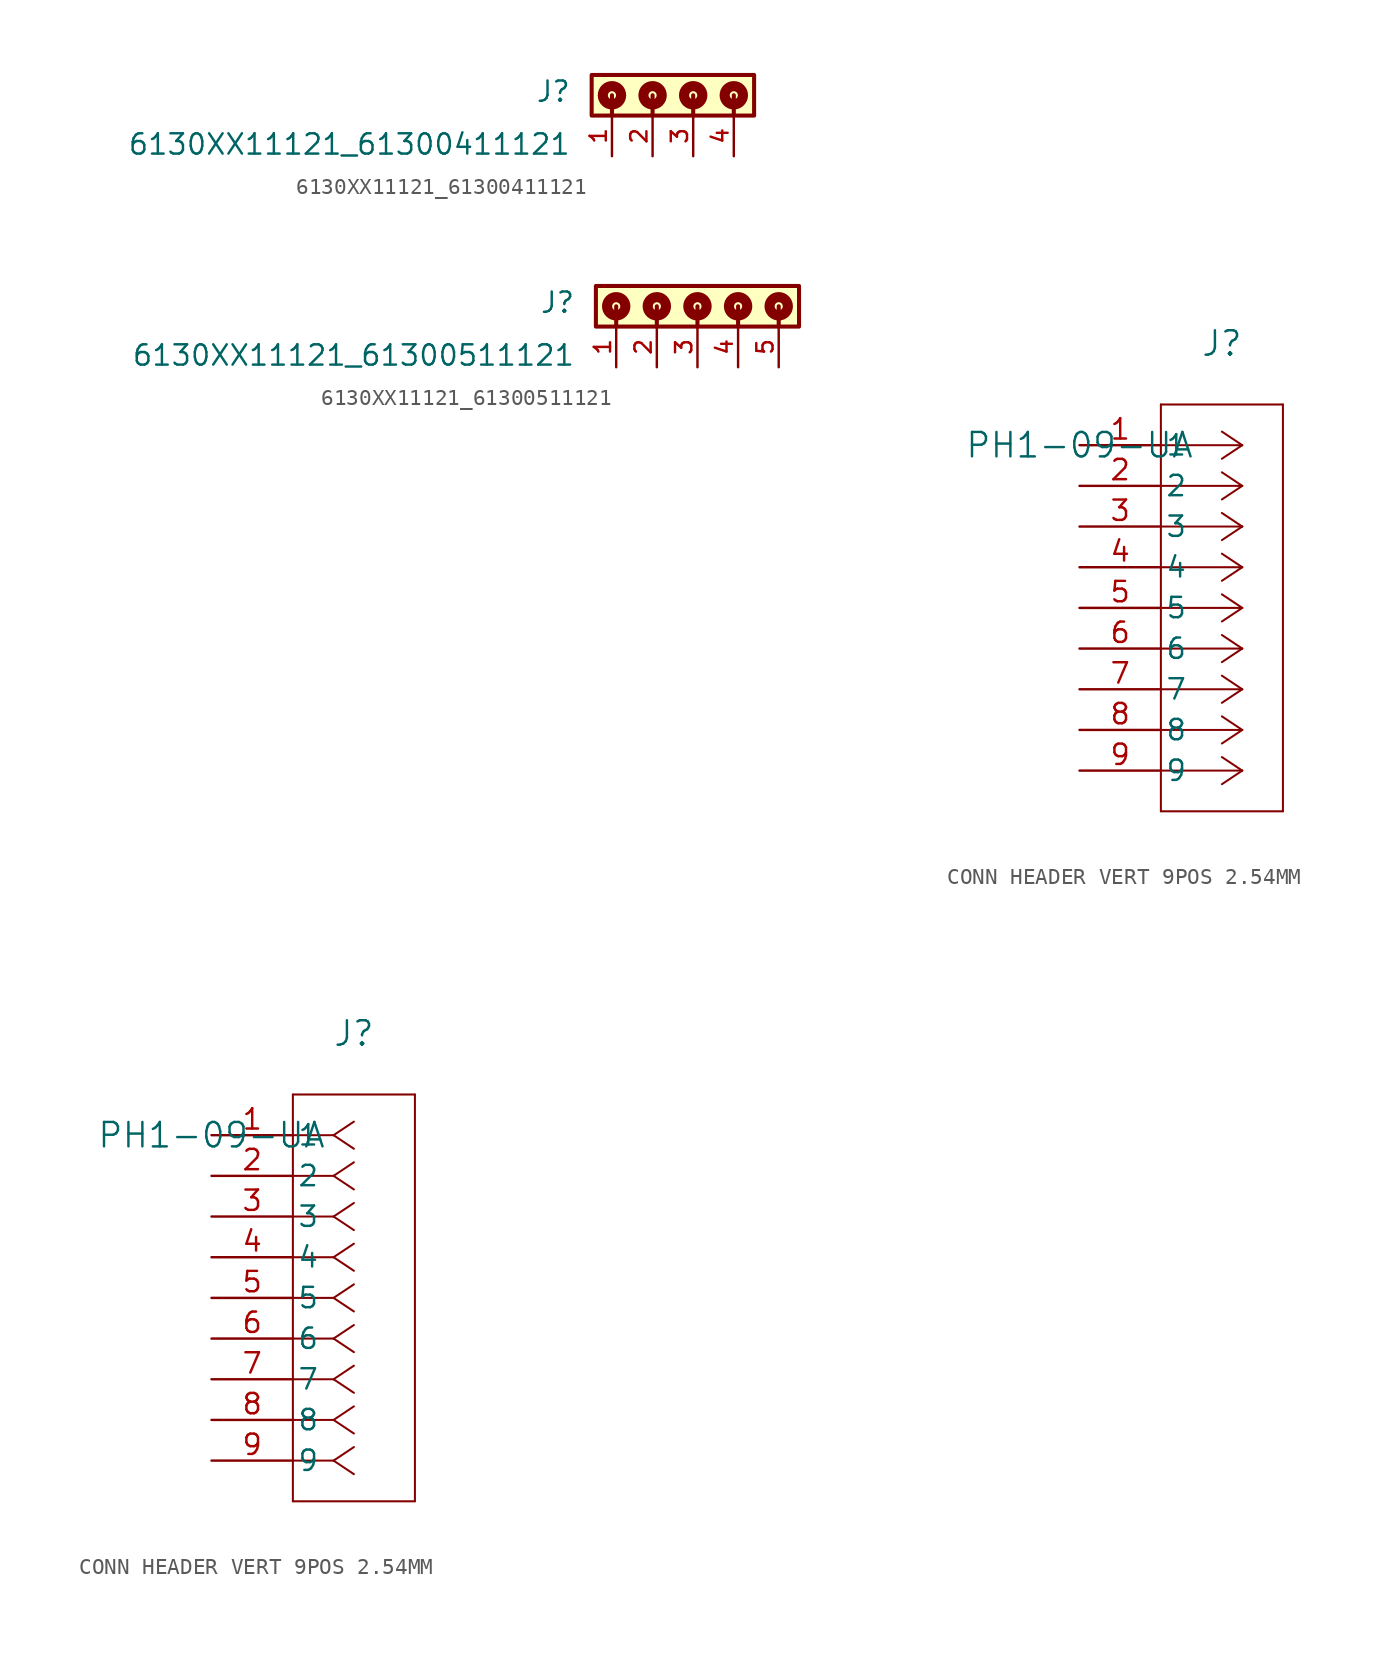
<source format=kicad_sym>
(kicad_symbol_lib
  (version 20241209)
  (generator "kicad_symbol_editor")
  (generator_version "9.0")
  (symbol "6130XX11121_61300411121"
    (pin_names
      (offset 1.016))
    (property "Reference" "J"
      (at -7.62 -1.778 0)
      (effects (font (size 1.27 1.27)) (justify right bottom)))
    (property "Value" "6130XX11121_61300411121"
      (at -7.62 -5.08 0)
      (effects (font (size 1.27 1.27)) (justify right bottom)))
    (symbol "6130XX11121_61300411121_0_0"
      (rectangle (start -6.35 -2.54) (end 3.81 0) (stroke (width 0.254) (type default)) (fill (type background)))
      (circle (center -5.08 -1.27) (radius 0.254) (stroke (width 0.635) (type default)) (fill (type none)))
      (polyline (pts (xy -5.08 -1.27) (xy -5.08 -2.54)) (stroke (width 0.254) (type default)) (fill (type none)))
      (circle (center -2.54 -1.27) (radius 0.254) (stroke (width 0.635) (type default)) (fill (type none)))
      (polyline (pts (xy -2.54 -1.27) (xy -2.54 -2.54)) (stroke (width 0.254) (type default)) (fill (type none)))
      (polyline (pts (xy 0 -1.27) (xy 0 -2.54)) (stroke (width 0.254) (type default)) (fill (type none)))
      (circle (center 0 -1.27) (radius 0.254) (stroke (width 0.635) (type default)) (fill (type none)))
      (polyline (pts (xy 2.54 -1.27) (xy 2.54 -2.54)) (stroke (width 0.254) (type default)) (fill (type none)))
      (circle (center 2.54 -1.27) (radius 0.254) (stroke (width 0.635) (type default)) (fill (type none)))
      (pin passive line (at -5.08 -5.08 90) (length 2.54) (name "~" (effects (font (size 1.016 1.016)))) (number "1" (effects (font (size 1.016 1.016)))))
      (pin passive line (at -2.54 -5.08 90) (length 2.54) (name "~" (effects (font (size 1.016 1.016)))) (number "2" (effects (font (size 1.016 1.016)))))
      (pin passive line (at 0 -5.08 90) (length 2.54) (name "~" (effects (font (size 1.016 1.016)))) (number "3" (effects (font (size 1.016 1.016)))))
      (pin passive line (at 2.54 -5.08 90) (length 2.54) (name "~" (effects (font (size 1.016 1.016)))) (number "4" (effects (font (size 1.016 1.016)))))))
  (symbol "6130XX11121_61300511121"
    (pin_names
      (offset 1.016))
    (property "Reference" "J"
      (at -7.62 -1.778 0)
      (effects (font (size 1.27 1.27)) (justify right bottom)))
    (property "Value" "6130XX11121_61300511121"
      (at -7.62 -5.08 0)
      (effects (font (size 1.27 1.27)) (justify right bottom)))
    (symbol "6130XX11121_61300511121_0_0"
      (rectangle (start -6.35 -2.54) (end 6.35 0) (stroke (width 0.254) (type default)) (fill (type background)))
      (circle (center -5.08 -1.27) (radius 0.254) (stroke (width 0.635) (type default)) (fill (type none)))
      (polyline (pts (xy -5.08 -1.27) (xy -5.08 -2.54)) (stroke (width 0.254) (type default)) (fill (type none)))
      (circle (center -2.54 -1.27) (radius 0.254) (stroke (width 0.635) (type default)) (fill (type none)))
      (polyline (pts (xy -2.54 -1.27) (xy -2.54 -2.54)) (stroke (width 0.254) (type default)) (fill (type none)))
      (polyline (pts (xy 0 -1.27) (xy 0 -2.54)) (stroke (width 0.254) (type default)) (fill (type none)))
      (circle (center 0 -1.27) (radius 0.254) (stroke (width 0.635) (type default)) (fill (type none)))
      (polyline (pts (xy 2.54 -1.27) (xy 2.54 -2.54)) (stroke (width 0.254) (type default)) (fill (type none)))
      (circle (center 2.54 -1.27) (radius 0.254) (stroke (width 0.635) (type default)) (fill (type none)))
      (polyline (pts (xy 5.08 -1.27) (xy 5.08 -2.54)) (stroke (width 0.254) (type default)) (fill (type none)))
      (circle (center 5.08 -1.27) (radius 0.254) (stroke (width 0.635) (type default)) (fill (type none)))
      (pin passive line (at -5.08 -5.08 90) (length 2.54) (name "~" (effects (font (size 1.016 1.016)))) (number "1" (effects (font (size 1.016 1.016)))))
      (pin passive line (at -2.54 -5.08 90) (length 2.54) (name "~" (effects (font (size 1.016 1.016)))) (number "2" (effects (font (size 1.016 1.016)))))
      (pin passive line (at 0 -5.08 90) (length 2.54) (name "~" (effects (font (size 1.016 1.016)))) (number "3" (effects (font (size 1.016 1.016)))))
      (pin passive line (at 2.54 -5.08 90) (length 2.54) (name "~" (effects (font (size 1.016 1.016)))) (number "4" (effects (font (size 1.016 1.016)))))
      (pin passive line (at 5.08 -5.08 90) (length 2.54) (name "~" (effects (font (size 1.016 1.016)))) (number "5" (effects (font (size 1.016 1.016)))))))
  (symbol "CONN HEADER VERT 9POS 2.54MM"
    (pin_names
      (offset 0.254))
    (property "Reference" "J"
      (at 8.89 6.35 0)
      (effects (font (size 1.524 1.524))))
    (property "Value" "PH1-09-UA"
      (at 0 0 0)
      (effects (font (size 1.524 1.524))))
    (symbol "CONN HEADER VERT 9POS 2.54MM_1_1"
      (polyline (pts (xy 5.08 2.54) (xy 5.08 -22.86)) (stroke (width 0.127) (type default)) (fill (type none)))
      (polyline (pts (xy 5.08 -22.86) (xy 12.7 -22.86)) (stroke (width 0.127) (type default)) (fill (type none)))
      (polyline (pts (xy 10.16 0) (xy 5.08 0)) (stroke (width 0.127) (type default)) (fill (type none)))
      (polyline (pts (xy 10.16 0) (xy 8.89 0.847)) (stroke (width 0.127) (type default)) (fill (type none)))
      (polyline (pts (xy 10.16 0) (xy 8.89 -0.847)) (stroke (width 0.127) (type default)) (fill (type none)))
      (polyline (pts (xy 10.16 -2.54) (xy 5.08 -2.54)) (stroke (width 0.127) (type default)) (fill (type none)))
      (polyline (pts (xy 10.16 -2.54) (xy 8.89 -1.693)) (stroke (width 0.127) (type default)) (fill (type none)))
      (polyline (pts (xy 10.16 -2.54) (xy 8.89 -3.387)) (stroke (width 0.127) (type default)) (fill (type none)))
      (polyline (pts (xy 10.16 -5.08) (xy 5.08 -5.08)) (stroke (width 0.127) (type default)) (fill (type none)))
      (polyline (pts (xy 10.16 -5.08) (xy 8.89 -4.233)) (stroke (width 0.127) (type default)) (fill (type none)))
      (polyline (pts (xy 10.16 -5.08) (xy 8.89 -5.927)) (stroke (width 0.127) (type default)) (fill (type none)))
      (polyline (pts (xy 10.16 -7.62) (xy 5.08 -7.62)) (stroke (width 0.127) (type default)) (fill (type none)))
      (polyline (pts (xy 10.16 -7.62) (xy 8.89 -6.773)) (stroke (width 0.127) (type default)) (fill (type none)))
      (polyline (pts (xy 10.16 -7.62) (xy 8.89 -8.467)) (stroke (width 0.127) (type default)) (fill (type none)))
      (polyline (pts (xy 10.16 -10.16) (xy 5.08 -10.16)) (stroke (width 0.127) (type default)) (fill (type none)))
      (polyline (pts (xy 10.16 -10.16) (xy 8.89 -9.313)) (stroke (width 0.127) (type default)) (fill (type none)))
      (polyline (pts (xy 10.16 -10.16) (xy 8.89 -11.007)) (stroke (width 0.127) (type default)) (fill (type none)))
      (polyline (pts (xy 10.16 -12.7) (xy 5.08 -12.7)) (stroke (width 0.127) (type default)) (fill (type none)))
      (polyline (pts (xy 10.16 -12.7) (xy 8.89 -11.853)) (stroke (width 0.127) (type default)) (fill (type none)))
      (polyline (pts (xy 10.16 -12.7) (xy 8.89 -13.547)) (stroke (width 0.127) (type default)) (fill (type none)))
      (polyline (pts (xy 10.16 -15.24) (xy 5.08 -15.24)) (stroke (width 0.127) (type default)) (fill (type none)))
      (polyline (pts (xy 10.16 -15.24) (xy 8.89 -14.393)) (stroke (width 0.127) (type default)) (fill (type none)))
      (polyline (pts (xy 10.16 -15.24) (xy 8.89 -16.087)) (stroke (width 0.127) (type default)) (fill (type none)))
      (polyline (pts (xy 10.16 -17.78) (xy 5.08 -17.78)) (stroke (width 0.127) (type default)) (fill (type none)))
      (polyline (pts (xy 10.16 -17.78) (xy 8.89 -16.933)) (stroke (width 0.127) (type default)) (fill (type none)))
      (polyline (pts (xy 10.16 -17.78) (xy 8.89 -18.627)) (stroke (width 0.127) (type default)) (fill (type none)))
      (polyline (pts (xy 10.16 -20.32) (xy 5.08 -20.32)) (stroke (width 0.127) (type default)) (fill (type none)))
      (polyline (pts (xy 10.16 -20.32) (xy 8.89 -19.473)) (stroke (width 0.127) (type default)) (fill (type none)))
      (polyline (pts (xy 10.16 -20.32) (xy 8.89 -21.167)) (stroke (width 0.127) (type default)) (fill (type none)))
      (polyline (pts (xy 12.7 2.54) (xy 5.08 2.54)) (stroke (width 0.127) (type default)) (fill (type none)))
      (polyline (pts (xy 12.7 -22.86) (xy 12.7 2.54)) (stroke (width 0.127) (type default)) (fill (type none)))
      (pin unspecified line (at 0 0 0) (length 5.08) (name "1" (effects (font (size 1.27 1.27)))) (number "1" (effects (font (size 1.27 1.27)))))
      (pin unspecified line (at 0 -2.54 0) (length 5.08) (name "2" (effects (font (size 1.27 1.27)))) (number "2" (effects (font (size 1.27 1.27)))))
      (pin unspecified line (at 0 -5.08 0) (length 5.08) (name "3" (effects (font (size 1.27 1.27)))) (number "3" (effects (font (size 1.27 1.27)))))
      (pin unspecified line (at 0 -7.62 0) (length 5.08) (name "4" (effects (font (size 1.27 1.27)))) (number "4" (effects (font (size 1.27 1.27)))))
      (pin unspecified line (at 0 -10.16 0) (length 5.08) (name "5" (effects (font (size 1.27 1.27)))) (number "5" (effects (font (size 1.27 1.27)))))
      (pin unspecified line (at 0 -12.7 0) (length 5.08) (name "6" (effects (font (size 1.27 1.27)))) (number "6" (effects (font (size 1.27 1.27)))))
      (pin unspecified line (at 0 -15.24 0) (length 5.08) (name "7" (effects (font (size 1.27 1.27)))) (number "7" (effects (font (size 1.27 1.27)))))
      (pin unspecified line (at 0 -17.78 0) (length 5.08) (name "8" (effects (font (size 1.27 1.27)))) (number "8" (effects (font (size 1.27 1.27)))))
      (pin unspecified line (at 0 -20.32 0) (length 5.08) (name "9" (effects (font (size 1.27 1.27)))) (number "9" (effects (font (size 1.27 1.27))))))
    (symbol "CONN HEADER VERT 9POS 2.54MM_1_2"
      (polyline (pts (xy 5.08 2.54) (xy 5.08 -22.86)) (stroke (width 0.127) (type default)) (fill (type none)))
      (polyline (pts (xy 5.08 -22.86) (xy 12.7 -22.86)) (stroke (width 0.127) (type default)) (fill (type none)))
      (polyline (pts (xy 7.62 0) (xy 5.08 0)) (stroke (width 0.127) (type default)) (fill (type none)))
      (polyline (pts (xy 7.62 0) (xy 8.89 0.847)) (stroke (width 0.127) (type default)) (fill (type none)))
      (polyline (pts (xy 7.62 0) (xy 8.89 -0.847)) (stroke (width 0.127) (type default)) (fill (type none)))
      (polyline (pts (xy 7.62 -2.54) (xy 5.08 -2.54)) (stroke (width 0.127) (type default)) (fill (type none)))
      (polyline (pts (xy 7.62 -2.54) (xy 8.89 -1.693)) (stroke (width 0.127) (type default)) (fill (type none)))
      (polyline (pts (xy 7.62 -2.54) (xy 8.89 -3.387)) (stroke (width 0.127) (type default)) (fill (type none)))
      (polyline (pts (xy 7.62 -5.08) (xy 5.08 -5.08)) (stroke (width 0.127) (type default)) (fill (type none)))
      (polyline (pts (xy 7.62 -5.08) (xy 8.89 -4.233)) (stroke (width 0.127) (type default)) (fill (type none)))
      (polyline (pts (xy 7.62 -5.08) (xy 8.89 -5.927)) (stroke (width 0.127) (type default)) (fill (type none)))
      (polyline (pts (xy 7.62 -7.62) (xy 5.08 -7.62)) (stroke (width 0.127) (type default)) (fill (type none)))
      (polyline (pts (xy 7.62 -7.62) (xy 8.89 -6.773)) (stroke (width 0.127) (type default)) (fill (type none)))
      (polyline (pts (xy 7.62 -7.62) (xy 8.89 -8.467)) (stroke (width 0.127) (type default)) (fill (type none)))
      (polyline (pts (xy 7.62 -10.16) (xy 5.08 -10.16)) (stroke (width 0.127) (type default)) (fill (type none)))
      (polyline (pts (xy 7.62 -10.16) (xy 8.89 -9.313)) (stroke (width 0.127) (type default)) (fill (type none)))
      (polyline (pts (xy 7.62 -10.16) (xy 8.89 -11.007)) (stroke (width 0.127) (type default)) (fill (type none)))
      (polyline (pts (xy 7.62 -12.7) (xy 5.08 -12.7)) (stroke (width 0.127) (type default)) (fill (type none)))
      (polyline (pts (xy 7.62 -12.7) (xy 8.89 -11.853)) (stroke (width 0.127) (type default)) (fill (type none)))
      (polyline (pts (xy 7.62 -12.7) (xy 8.89 -13.547)) (stroke (width 0.127) (type default)) (fill (type none)))
      (polyline (pts (xy 7.62 -15.24) (xy 5.08 -15.24)) (stroke (width 0.127) (type default)) (fill (type none)))
      (polyline (pts (xy 7.62 -15.24) (xy 8.89 -14.393)) (stroke (width 0.127) (type default)) (fill (type none)))
      (polyline (pts (xy 7.62 -15.24) (xy 8.89 -16.087)) (stroke (width 0.127) (type default)) (fill (type none)))
      (polyline (pts (xy 7.62 -17.78) (xy 5.08 -17.78)) (stroke (width 0.127) (type default)) (fill (type none)))
      (polyline (pts (xy 7.62 -17.78) (xy 8.89 -16.933)) (stroke (width 0.127) (type default)) (fill (type none)))
      (polyline (pts (xy 7.62 -17.78) (xy 8.89 -18.627)) (stroke (width 0.127) (type default)) (fill (type none)))
      (polyline (pts (xy 7.62 -20.32) (xy 5.08 -20.32)) (stroke (width 0.127) (type default)) (fill (type none)))
      (polyline (pts (xy 7.62 -20.32) (xy 8.89 -19.473)) (stroke (width 0.127) (type default)) (fill (type none)))
      (polyline (pts (xy 7.62 -20.32) (xy 8.89 -21.167)) (stroke (width 0.127) (type default)) (fill (type none)))
      (polyline (pts (xy 12.7 2.54) (xy 5.08 2.54)) (stroke (width 0.127) (type default)) (fill (type none)))
      (polyline (pts (xy 12.7 -22.86) (xy 12.7 2.54)) (stroke (width 0.127) (type default)) (fill (type none)))
      (pin unspecified line (at 0 0 0) (length 5.08) (name "1" (effects (font (size 1.27 1.27)))) (number "1" (effects (font (size 1.27 1.27)))))
      (pin unspecified line (at 0 -2.54 0) (length 5.08) (name "2" (effects (font (size 1.27 1.27)))) (number "2" (effects (font (size 1.27 1.27)))))
      (pin unspecified line (at 0 -5.08 0) (length 5.08) (name "3" (effects (font (size 1.27 1.27)))) (number "3" (effects (font (size 1.27 1.27)))))
      (pin unspecified line (at 0 -7.62 0) (length 5.08) (name "4" (effects (font (size 1.27 1.27)))) (number "4" (effects (font (size 1.27 1.27)))))
      (pin unspecified line (at 0 -10.16 0) (length 5.08) (name "5" (effects (font (size 1.27 1.27)))) (number "5" (effects (font (size 1.27 1.27)))))
      (pin unspecified line (at 0 -12.7 0) (length 5.08) (name "6" (effects (font (size 1.27 1.27)))) (number "6" (effects (font (size 1.27 1.27)))))
      (pin unspecified line (at 0 -15.24 0) (length 5.08) (name "7" (effects (font (size 1.27 1.27)))) (number "7" (effects (font (size 1.27 1.27)))))
      (pin unspecified line (at 0 -17.78 0) (length 5.08) (name "8" (effects (font (size 1.27 1.27)))) (number "8" (effects (font (size 1.27 1.27)))))
      (pin unspecified line (at 0 -20.32 0) (length 5.08) (name "9" (effects (font (size 1.27 1.27)))) (number "9" (effects (font (size 1.27 1.27))))))))
</source>
